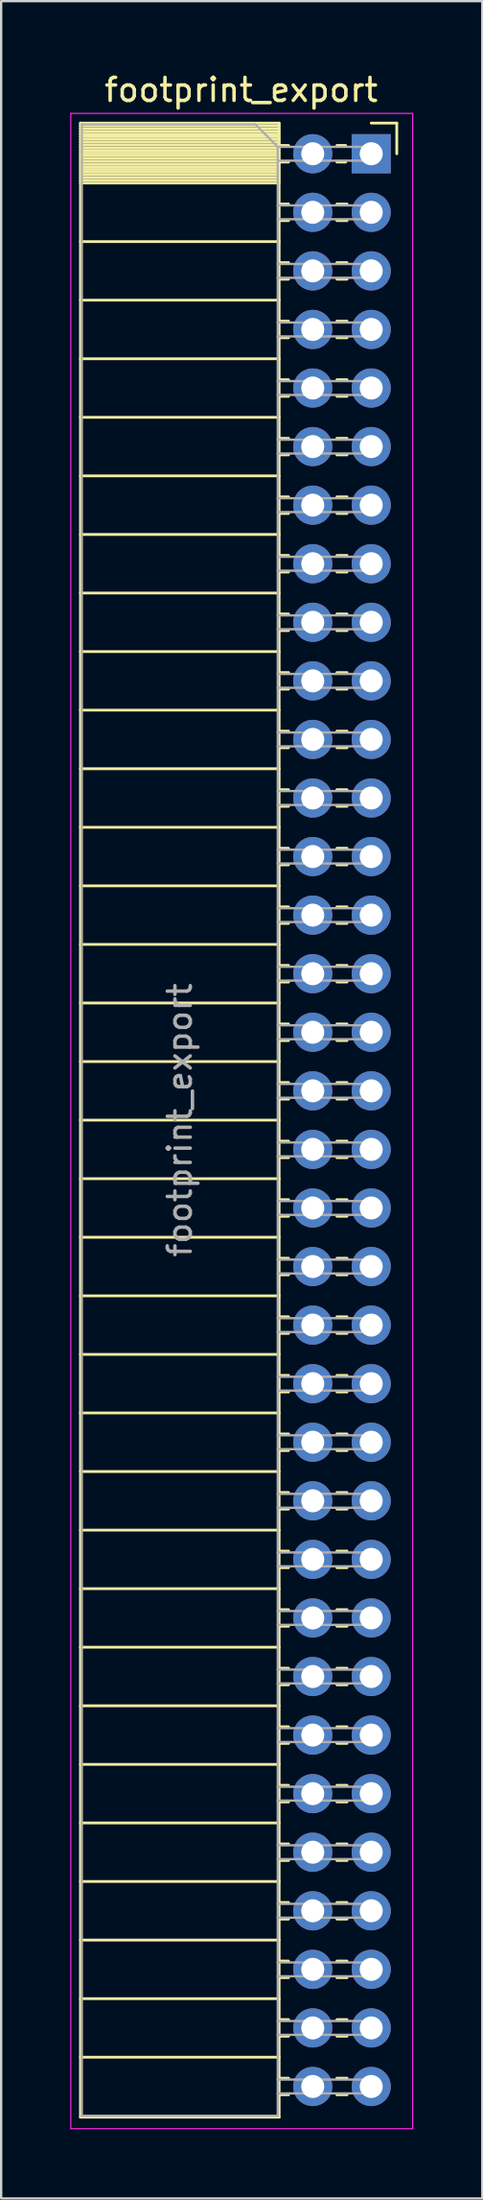
<source format=kicad_pcb>
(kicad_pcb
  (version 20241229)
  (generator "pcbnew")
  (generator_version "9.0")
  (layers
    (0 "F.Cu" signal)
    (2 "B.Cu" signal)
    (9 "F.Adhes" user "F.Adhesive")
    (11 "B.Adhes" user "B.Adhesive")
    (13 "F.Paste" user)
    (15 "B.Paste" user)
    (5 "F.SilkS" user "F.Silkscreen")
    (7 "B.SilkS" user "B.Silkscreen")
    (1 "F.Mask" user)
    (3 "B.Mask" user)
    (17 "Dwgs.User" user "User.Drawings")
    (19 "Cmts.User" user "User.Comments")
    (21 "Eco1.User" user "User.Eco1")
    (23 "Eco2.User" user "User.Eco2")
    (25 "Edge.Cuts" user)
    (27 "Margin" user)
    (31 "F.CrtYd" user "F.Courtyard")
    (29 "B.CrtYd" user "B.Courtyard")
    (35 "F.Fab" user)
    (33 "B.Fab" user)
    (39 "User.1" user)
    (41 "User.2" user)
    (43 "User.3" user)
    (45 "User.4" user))
  (footprint "footprint_export"
    (layer "F.Cu")
    (at 13.075 3.618)
    (property "Reference" "footprint_export" (at -5.65 -2.77 0) (layer "F.SilkS") (effects (font (size 1 1) (thickness 0.15))))
    (attr through_hole)
    (fp_line (start -12.63 -1.33) (end -12.63 85.15) (stroke (width 0.12) (type solid)) (layer "F.SilkS"))
    (fp_line (start -12.63 -1.33) (end -4 -1.33) (stroke (width 0.12) (type solid)) (layer "F.SilkS"))
    (fp_line (start -12.63 -1.21) (end -4 -1.21) (stroke (width 0.12) (type solid)) (layer "F.SilkS"))
    (fp_line (start -12.63 -1.092) (end -4 -1.092) (stroke (width 0.12) (type solid)) (layer "F.SilkS"))
    (fp_line (start -12.63 -0.974) (end -4 -0.974) (stroke (width 0.12) (type solid)) (layer "F.SilkS"))
    (fp_line (start -12.63 -0.856) (end -4 -0.856) (stroke (width 0.12) (type solid)) (layer "F.SilkS"))
    (fp_line (start -12.63 -0.738) (end -4 -0.738) (stroke (width 0.12) (type solid)) (layer "F.SilkS"))
    (fp_line (start -12.63 -0.62) (end -4 -0.62) (stroke (width 0.12) (type solid)) (layer "F.SilkS"))
    (fp_line (start -12.63 -0.501) (end -4 -0.501) (stroke (width 0.12) (type solid)) (layer "F.SilkS"))
    (fp_line (start -12.63 -0.383) (end -4 -0.383) (stroke (width 0.12) (type solid)) (layer "F.SilkS"))
    (fp_line (start -12.63 -0.265) (end -4 -0.265) (stroke (width 0.12) (type solid)) (layer "F.SilkS"))
    (fp_line (start -12.63 -0.147) (end -4 -0.147) (stroke (width 0.12) (type solid)) (layer "F.SilkS"))
    (fp_line (start -12.63 -0.029) (end -4 -0.029) (stroke (width 0.12) (type solid)) (layer "F.SilkS"))
    (fp_line (start -12.63 0.089) (end -4 0.089) (stroke (width 0.12) (type solid)) (layer "F.SilkS"))
    (fp_line (start -12.63 0.207) (end -4 0.207) (stroke (width 0.12) (type solid)) (layer "F.SilkS"))
    (fp_line (start -12.63 0.325) (end -4 0.325) (stroke (width 0.12) (type solid)) (layer "F.SilkS"))
    (fp_line (start -12.63 0.443) (end -4 0.443) (stroke (width 0.12) (type solid)) (layer "F.SilkS"))
    (fp_line (start -12.63 0.561) (end -4 0.561) (stroke (width 0.12) (type solid)) (layer "F.SilkS"))
    (fp_line (start -12.63 0.68) (end -4 0.68) (stroke (width 0.12) (type solid)) (layer "F.SilkS"))
    (fp_line (start -12.63 0.798) (end -4 0.798) (stroke (width 0.12) (type solid)) (layer "F.SilkS"))
    (fp_line (start -12.63 0.916) (end -4 0.916) (stroke (width 0.12) (type solid)) (layer "F.SilkS"))
    (fp_line (start -12.63 1.034) (end -4 1.034) (stroke (width 0.12) (type solid)) (layer "F.SilkS"))
    (fp_line (start -12.63 1.152) (end -4 1.152) (stroke (width 0.12) (type solid)) (layer "F.SilkS"))
    (fp_line (start -12.63 1.27) (end -4 1.27) (stroke (width 0.12) (type solid)) (layer "F.SilkS"))
    (fp_line (start -12.63 3.81) (end -4 3.81) (stroke (width 0.12) (type solid)) (layer "F.SilkS"))
    (fp_line (start -12.63 6.35) (end -4 6.35) (stroke (width 0.12) (type solid)) (layer "F.SilkS"))
    (fp_line (start -12.63 8.89) (end -4 8.89) (stroke (width 0.12) (type solid)) (layer "F.SilkS"))
    (fp_line (start -12.63 11.43) (end -4 11.43) (stroke (width 0.12) (type solid)) (layer "F.SilkS"))
    (fp_line (start -12.63 13.97) (end -4 13.97) (stroke (width 0.12) (type solid)) (layer "F.SilkS"))
    (fp_line (start -12.63 16.51) (end -4 16.51) (stroke (width 0.12) (type solid)) (layer "F.SilkS"))
    (fp_line (start -12.63 19.05) (end -4 19.05) (stroke (width 0.12) (type solid)) (layer "F.SilkS"))
    (fp_line (start -12.63 21.59) (end -4 21.59) (stroke (width 0.12) (type solid)) (layer "F.SilkS"))
    (fp_line (start -12.63 24.13) (end -4 24.13) (stroke (width 0.12) (type solid)) (layer "F.SilkS"))
    (fp_line (start -12.63 26.67) (end -4 26.67) (stroke (width 0.12) (type solid)) (layer "F.SilkS"))
    (fp_line (start -12.63 29.21) (end -4 29.21) (stroke (width 0.12) (type solid)) (layer "F.SilkS"))
    (fp_line (start -12.63 31.75) (end -4 31.75) (stroke (width 0.12) (type solid)) (layer "F.SilkS"))
    (fp_line (start -12.63 34.29) (end -4 34.29) (stroke (width 0.12) (type solid)) (layer "F.SilkS"))
    (fp_line (start -12.63 36.83) (end -4 36.83) (stroke (width 0.12) (type solid)) (layer "F.SilkS"))
    (fp_line (start -12.63 39.37) (end -4 39.37) (stroke (width 0.12) (type solid)) (layer "F.SilkS"))
    (fp_line (start -12.63 41.91) (end -4 41.91) (stroke (width 0.12) (type solid)) (layer "F.SilkS"))
    (fp_line (start -12.63 44.45) (end -4 44.45) (stroke (width 0.12) (type solid)) (layer "F.SilkS"))
    (fp_line (start -12.63 46.99) (end -4 46.99) (stroke (width 0.12) (type solid)) (layer "F.SilkS"))
    (fp_line (start -12.63 49.53) (end -4 49.53) (stroke (width 0.12) (type solid)) (layer "F.SilkS"))
    (fp_line (start -12.63 52.07) (end -4 52.07) (stroke (width 0.12) (type solid)) (layer "F.SilkS"))
    (fp_line (start -12.63 54.61) (end -4 54.61) (stroke (width 0.12) (type solid)) (layer "F.SilkS"))
    (fp_line (start -12.63 57.15) (end -4 57.15) (stroke (width 0.12) (type solid)) (layer "F.SilkS"))
    (fp_line (start -12.63 59.69) (end -4 59.69) (stroke (width 0.12) (type solid)) (layer "F.SilkS"))
    (fp_line (start -12.63 62.23) (end -4 62.23) (stroke (width 0.12) (type solid)) (layer "F.SilkS"))
    (fp_line (start -12.63 64.77) (end -4 64.77) (stroke (width 0.12) (type solid)) (layer "F.SilkS"))
    (fp_line (start -12.63 67.31) (end -4 67.31) (stroke (width 0.12) (type solid)) (layer "F.SilkS"))
    (fp_line (start -12.63 69.85) (end -4 69.85) (stroke (width 0.12) (type solid)) (layer "F.SilkS"))
    (fp_line (start -12.63 72.39) (end -4 72.39) (stroke (width 0.12) (type solid)) (layer "F.SilkS"))
    (fp_line (start -12.63 74.93) (end -4 74.93) (stroke (width 0.12) (type solid)) (layer "F.SilkS"))
    (fp_line (start -12.63 77.47) (end -4 77.47) (stroke (width 0.12) (type solid)) (layer "F.SilkS"))
    (fp_line (start -12.63 80.01) (end -4 80.01) (stroke (width 0.12) (type solid)) (layer "F.SilkS"))
    (fp_line (start -12.63 82.55) (end -4 82.55) (stroke (width 0.12) (type solid)) (layer "F.SilkS"))
    (fp_line (start -12.63 85.15) (end -4 85.15) (stroke (width 0.12) (type solid)) (layer "F.SilkS"))
    (fp_line (start -4 -1.33) (end -4 85.15) (stroke (width 0.12) (type solid)) (layer "F.SilkS"))
    (fp_line (start -4 -0.36) (end -3.59 -0.36) (stroke (width 0.12) (type solid)) (layer "F.SilkS"))
    (fp_line (start -4 0.36) (end -3.59 0.36) (stroke (width 0.12) (type solid)) (layer "F.SilkS"))
    (fp_line (start -4 2.18) (end -3.59 2.18) (stroke (width 0.12) (type solid)) (layer "F.SilkS"))
    (fp_line (start -4 2.9) (end -3.59 2.9) (stroke (width 0.12) (type solid)) (layer "F.SilkS"))
    (fp_line (start -4 4.72) (end -3.59 4.72) (stroke (width 0.12) (type solid)) (layer "F.SilkS"))
    (fp_line (start -4 5.44) (end -3.59 5.44) (stroke (width 0.12) (type solid)) (layer "F.SilkS"))
    (fp_line (start -4 7.26) (end -3.59 7.26) (stroke (width 0.12) (type solid)) (layer "F.SilkS"))
    (fp_line (start -4 7.98) (end -3.59 7.98) (stroke (width 0.12) (type solid)) (layer "F.SilkS"))
    (fp_line (start -4 9.8) (end -3.59 9.8) (stroke (width 0.12) (type solid)) (layer "F.SilkS"))
    (fp_line (start -4 10.52) (end -3.59 10.52) (stroke (width 0.12) (type solid)) (layer "F.SilkS"))
    (fp_line (start -4 12.34) (end -3.59 12.34) (stroke (width 0.12) (type solid)) (layer "F.SilkS"))
    (fp_line (start -4 13.06) (end -3.59 13.06) (stroke (width 0.12) (type solid)) (layer "F.SilkS"))
    (fp_line (start -4 14.88) (end -3.59 14.88) (stroke (width 0.12) (type solid)) (layer "F.SilkS"))
    (fp_line (start -4 15.6) (end -3.59 15.6) (stroke (width 0.12) (type solid)) (layer "F.SilkS"))
    (fp_line (start -4 17.42) (end -3.59 17.42) (stroke (width 0.12) (type solid)) (layer "F.SilkS"))
    (fp_line (start -4 18.14) (end -3.59 18.14) (stroke (width 0.12) (type solid)) (layer "F.SilkS"))
    (fp_line (start -4 19.96) (end -3.59 19.96) (stroke (width 0.12) (type solid)) (layer "F.SilkS"))
    (fp_line (start -4 20.68) (end -3.59 20.68) (stroke (width 0.12) (type solid)) (layer "F.SilkS"))
    (fp_line (start -4 22.5) (end -3.59 22.5) (stroke (width 0.12) (type solid)) (layer "F.SilkS"))
    (fp_line (start -4 23.22) (end -3.59 23.22) (stroke (width 0.12) (type solid)) (layer "F.SilkS"))
    (fp_line (start -4 25.04) (end -3.59 25.04) (stroke (width 0.12) (type solid)) (layer "F.SilkS"))
    (fp_line (start -4 25.76) (end -3.59 25.76) (stroke (width 0.12) (type solid)) (layer "F.SilkS"))
    (fp_line (start -4 27.58) (end -3.59 27.58) (stroke (width 0.12) (type solid)) (layer "F.SilkS"))
    (fp_line (start -4 28.3) (end -3.59 28.3) (stroke (width 0.12) (type solid)) (layer "F.SilkS"))
    (fp_line (start -4 30.12) (end -3.59 30.12) (stroke (width 0.12) (type solid)) (layer "F.SilkS"))
    (fp_line (start -4 30.84) (end -3.59 30.84) (stroke (width 0.12) (type solid)) (layer "F.SilkS"))
    (fp_line (start -4 32.66) (end -3.59 32.66) (stroke (width 0.12) (type solid)) (layer "F.SilkS"))
    (fp_line (start -4 33.38) (end -3.59 33.38) (stroke (width 0.12) (type solid)) (layer "F.SilkS"))
    (fp_line (start -4 35.2) (end -3.59 35.2) (stroke (width 0.12) (type solid)) (layer "F.SilkS"))
    (fp_line (start -4 35.92) (end -3.59 35.92) (stroke (width 0.12) (type solid)) (layer "F.SilkS"))
    (fp_line (start -4 37.74) (end -3.59 37.74) (stroke (width 0.12) (type solid)) (layer "F.SilkS"))
    (fp_line (start -4 38.46) (end -3.59 38.46) (stroke (width 0.12) (type solid)) (layer "F.SilkS"))
    (fp_line (start -4 40.28) (end -3.59 40.28) (stroke (width 0.12) (type solid)) (layer "F.SilkS"))
    (fp_line (start -4 41) (end -3.59 41) (stroke (width 0.12) (type solid)) (layer "F.SilkS"))
    (fp_line (start -4 42.82) (end -3.59 42.82) (stroke (width 0.12) (type solid)) (layer "F.SilkS"))
    (fp_line (start -4 43.54) (end -3.59 43.54) (stroke (width 0.12) (type solid)) (layer "F.SilkS"))
    (fp_line (start -4 45.36) (end -3.59 45.36) (stroke (width 0.12) (type solid)) (layer "F.SilkS"))
    (fp_line (start -4 46.08) (end -3.59 46.08) (stroke (width 0.12) (type solid)) (layer "F.SilkS"))
    (fp_line (start -4 47.9) (end -3.59 47.9) (stroke (width 0.12) (type solid)) (layer "F.SilkS"))
    (fp_line (start -4 48.62) (end -3.59 48.62) (stroke (width 0.12) (type solid)) (layer "F.SilkS"))
    (fp_line (start -4 50.44) (end -3.59 50.44) (stroke (width 0.12) (type solid)) (layer "F.SilkS"))
    (fp_line (start -4 51.16) (end -3.59 51.16) (stroke (width 0.12) (type solid)) (layer "F.SilkS"))
    (fp_line (start -4 52.98) (end -3.59 52.98) (stroke (width 0.12) (type solid)) (layer "F.SilkS"))
    (fp_line (start -4 53.7) (end -3.59 53.7) (stroke (width 0.12) (type solid)) (layer "F.SilkS"))
    (fp_line (start -4 55.52) (end -3.59 55.52) (stroke (width 0.12) (type solid)) (layer "F.SilkS"))
    (fp_line (start -4 56.24) (end -3.59 56.24) (stroke (width 0.12) (type solid)) (layer "F.SilkS"))
    (fp_line (start -4 58.06) (end -3.59 58.06) (stroke (width 0.12) (type solid)) (layer "F.SilkS"))
    (fp_line (start -4 58.78) (end -3.59 58.78) (stroke (width 0.12) (type solid)) (layer "F.SilkS"))
    (fp_line (start -4 60.6) (end -3.59 60.6) (stroke (width 0.12) (type solid)) (layer "F.SilkS"))
    (fp_line (start -4 61.32) (end -3.59 61.32) (stroke (width 0.12) (type solid)) (layer "F.SilkS"))
    (fp_line (start -4 63.14) (end -3.59 63.14) (stroke (width 0.12) (type solid)) (layer "F.SilkS"))
    (fp_line (start -4 63.86) (end -3.59 63.86) (stroke (width 0.12) (type solid)) (layer "F.SilkS"))
    (fp_line (start -4 65.68) (end -3.59 65.68) (stroke (width 0.12) (type solid)) (layer "F.SilkS"))
    (fp_line (start -4 66.4) (end -3.59 66.4) (stroke (width 0.12) (type solid)) (layer "F.SilkS"))
    (fp_line (start -4 68.22) (end -3.59 68.22) (stroke (width 0.12) (type solid)) (layer "F.SilkS"))
    (fp_line (start -4 68.94) (end -3.59 68.94) (stroke (width 0.12) (type solid)) (layer "F.SilkS"))
    (fp_line (start -4 70.76) (end -3.59 70.76) (stroke (width 0.12) (type solid)) (layer "F.SilkS"))
    (fp_line (start -4 71.48) (end -3.59 71.48) (stroke (width 0.12) (type solid)) (layer "F.SilkS"))
    (fp_line (start -4 73.3) (end -3.59 73.3) (stroke (width 0.12) (type solid)) (layer "F.SilkS"))
    (fp_line (start -4 74.02) (end -3.59 74.02) (stroke (width 0.12) (type solid)) (layer "F.SilkS"))
    (fp_line (start -4 75.84) (end -3.59 75.84) (stroke (width 0.12) (type solid)) (layer "F.SilkS"))
    (fp_line (start -4 76.56) (end -3.59 76.56) (stroke (width 0.12) (type solid)) (layer "F.SilkS"))
    (fp_line (start -4 78.38) (end -3.59 78.38) (stroke (width 0.12) (type solid)) (layer "F.SilkS"))
    (fp_line (start -4 79.1) (end -3.59 79.1) (stroke (width 0.12) (type solid)) (layer "F.SilkS"))
    (fp_line (start -4 80.92) (end -3.59 80.92) (stroke (width 0.12) (type solid)) (layer "F.SilkS"))
    (fp_line (start -4 81.64) (end -3.59 81.64) (stroke (width 0.12) (type solid)) (layer "F.SilkS"))
    (fp_line (start -4 83.46) (end -3.59 83.46) (stroke (width 0.12) (type solid)) (layer "F.SilkS"))
    (fp_line (start -4 84.18) (end -3.59 84.18) (stroke (width 0.12) (type solid)) (layer "F.SilkS"))
    (fp_line (start -1.49 -0.36) (end -1.11 -0.36) (stroke (width 0.12) (type solid)) (layer "F.SilkS"))
    (fp_line (start -1.49 0.36) (end -1.11 0.36) (stroke (width 0.12) (type solid)) (layer "F.SilkS"))
    (fp_line (start -1.49 2.18) (end -1.05 2.18) (stroke (width 0.12) (type solid)) (layer "F.SilkS"))
    (fp_line (start -1.49 2.9) (end -1.05 2.9) (stroke (width 0.12) (type solid)) (layer "F.SilkS"))
    (fp_line (start -1.49 4.72) (end -1.05 4.72) (stroke (width 0.12) (type solid)) (layer "F.SilkS"))
    (fp_line (start -1.49 5.44) (end -1.05 5.44) (stroke (width 0.12) (type solid)) (layer "F.SilkS"))
    (fp_line (start -1.49 7.26) (end -1.05 7.26) (stroke (width 0.12) (type solid)) (layer "F.SilkS"))
    (fp_line (start -1.49 7.98) (end -1.05 7.98) (stroke (width 0.12) (type solid)) (layer "F.SilkS"))
    (fp_line (start -1.49 9.8) (end -1.05 9.8) (stroke (width 0.12) (type solid)) (layer "F.SilkS"))
    (fp_line (start -1.49 10.52) (end -1.05 10.52) (stroke (width 0.12) (type solid)) (layer "F.SilkS"))
    (fp_line (start -1.49 12.34) (end -1.05 12.34) (stroke (width 0.12) (type solid)) (layer "F.SilkS"))
    (fp_line (start -1.49 13.06) (end -1.05 13.06) (stroke (width 0.12) (type solid)) (layer "F.SilkS"))
    (fp_line (start -1.49 14.88) (end -1.05 14.88) (stroke (width 0.12) (type solid)) (layer "F.SilkS"))
    (fp_line (start -1.49 15.6) (end -1.05 15.6) (stroke (width 0.12) (type solid)) (layer "F.SilkS"))
    (fp_line (start -1.49 17.42) (end -1.05 17.42) (stroke (width 0.12) (type solid)) (layer "F.SilkS"))
    (fp_line (start -1.49 18.14) (end -1.05 18.14) (stroke (width 0.12) (type solid)) (layer "F.SilkS"))
    (fp_line (start -1.49 19.96) (end -1.05 19.96) (stroke (width 0.12) (type solid)) (layer "F.SilkS"))
    (fp_line (start -1.49 20.68) (end -1.05 20.68) (stroke (width 0.12) (type solid)) (layer "F.SilkS"))
    (fp_line (start -1.49 22.5) (end -1.05 22.5) (stroke (width 0.12) (type solid)) (layer "F.SilkS"))
    (fp_line (start -1.49 23.22) (end -1.05 23.22) (stroke (width 0.12) (type solid)) (layer "F.SilkS"))
    (fp_line (start -1.49 25.04) (end -1.05 25.04) (stroke (width 0.12) (type solid)) (layer "F.SilkS"))
    (fp_line (start -1.49 25.76) (end -1.05 25.76) (stroke (width 0.12) (type solid)) (layer "F.SilkS"))
    (fp_line (start -1.49 27.58) (end -1.05 27.58) (stroke (width 0.12) (type solid)) (layer "F.SilkS"))
    (fp_line (start -1.49 28.3) (end -1.05 28.3) (stroke (width 0.12) (type solid)) (layer "F.SilkS"))
    (fp_line (start -1.49 30.12) (end -1.05 30.12) (stroke (width 0.12) (type solid)) (layer "F.SilkS"))
    (fp_line (start -1.49 30.84) (end -1.05 30.84) (stroke (width 0.12) (type solid)) (layer "F.SilkS"))
    (fp_line (start -1.49 32.66) (end -1.05 32.66) (stroke (width 0.12) (type solid)) (layer "F.SilkS"))
    (fp_line (start -1.49 33.38) (end -1.05 33.38) (stroke (width 0.12) (type solid)) (layer "F.SilkS"))
    (fp_line (start -1.49 35.2) (end -1.05 35.2) (stroke (width 0.12) (type solid)) (layer "F.SilkS"))
    (fp_line (start -1.49 35.92) (end -1.05 35.92) (stroke (width 0.12) (type solid)) (layer "F.SilkS"))
    (fp_line (start -1.49 37.74) (end -1.05 37.74) (stroke (width 0.12) (type solid)) (layer "F.SilkS"))
    (fp_line (start -1.49 38.46) (end -1.05 38.46) (stroke (width 0.12) (type solid)) (layer "F.SilkS"))
    (fp_line (start -1.49 40.28) (end -1.05 40.28) (stroke (width 0.12) (type solid)) (layer "F.SilkS"))
    (fp_line (start -1.49 41) (end -1.05 41) (stroke (width 0.12) (type solid)) (layer "F.SilkS"))
    (fp_line (start -1.49 42.82) (end -1.05 42.82) (stroke (width 0.12) (type solid)) (layer "F.SilkS"))
    (fp_line (start -1.49 43.54) (end -1.05 43.54) (stroke (width 0.12) (type solid)) (layer "F.SilkS"))
    (fp_line (start -1.49 45.36) (end -1.05 45.36) (stroke (width 0.12) (type solid)) (layer "F.SilkS"))
    (fp_line (start -1.49 46.08) (end -1.05 46.08) (stroke (width 0.12) (type solid)) (layer "F.SilkS"))
    (fp_line (start -1.49 47.9) (end -1.05 47.9) (stroke (width 0.12) (type solid)) (layer "F.SilkS"))
    (fp_line (start -1.49 48.62) (end -1.05 48.62) (stroke (width 0.12) (type solid)) (layer "F.SilkS"))
    (fp_line (start -1.49 50.44) (end -1.05 50.44) (stroke (width 0.12) (type solid)) (layer "F.SilkS"))
    (fp_line (start -1.49 51.16) (end -1.05 51.16) (stroke (width 0.12) (type solid)) (layer "F.SilkS"))
    (fp_line (start -1.49 52.98) (end -1.05 52.98) (stroke (width 0.12) (type solid)) (layer "F.SilkS"))
    (fp_line (start -1.49 53.7) (end -1.05 53.7) (stroke (width 0.12) (type solid)) (layer "F.SilkS"))
    (fp_line (start -1.49 55.52) (end -1.05 55.52) (stroke (width 0.12) (type solid)) (layer "F.SilkS"))
    (fp_line (start -1.49 56.24) (end -1.05 56.24) (stroke (width 0.12) (type solid)) (layer "F.SilkS"))
    (fp_line (start -1.49 58.06) (end -1.05 58.06) (stroke (width 0.12) (type solid)) (layer "F.SilkS"))
    (fp_line (start -1.49 58.78) (end -1.05 58.78) (stroke (width 0.12) (type solid)) (layer "F.SilkS"))
    (fp_line (start -1.49 60.6) (end -1.05 60.6) (stroke (width 0.12) (type solid)) (layer "F.SilkS"))
    (fp_line (start -1.49 61.32) (end -1.05 61.32) (stroke (width 0.12) (type solid)) (layer "F.SilkS"))
    (fp_line (start -1.49 63.14) (end -1.05 63.14) (stroke (width 0.12) (type solid)) (layer "F.SilkS"))
    (fp_line (start -1.49 63.86) (end -1.05 63.86) (stroke (width 0.12) (type solid)) (layer "F.SilkS"))
    (fp_line (start -1.49 65.68) (end -1.05 65.68) (stroke (width 0.12) (type solid)) (layer "F.SilkS"))
    (fp_line (start -1.49 66.4) (end -1.05 66.4) (stroke (width 0.12) (type solid)) (layer "F.SilkS"))
    (fp_line (start -1.49 68.22) (end -1.05 68.22) (stroke (width 0.12) (type solid)) (layer "F.SilkS"))
    (fp_line (start -1.49 68.94) (end -1.05 68.94) (stroke (width 0.12) (type solid)) (layer "F.SilkS"))
    (fp_line (start -1.49 70.76) (end -1.05 70.76) (stroke (width 0.12) (type solid)) (layer "F.SilkS"))
    (fp_line (start -1.49 71.48) (end -1.05 71.48) (stroke (width 0.12) (type solid)) (layer "F.SilkS"))
    (fp_line (start -1.49 73.3) (end -1.05 73.3) (stroke (width 0.12) (type solid)) (layer "F.SilkS"))
    (fp_line (start -1.49 74.02) (end -1.05 74.02) (stroke (width 0.12) (type solid)) (layer "F.SilkS"))
    (fp_line (start -1.49 75.84) (end -1.05 75.84) (stroke (width 0.12) (type solid)) (layer "F.SilkS"))
    (fp_line (start -1.49 76.56) (end -1.05 76.56) (stroke (width 0.12) (type solid)) (layer "F.SilkS"))
    (fp_line (start -1.49 78.38) (end -1.05 78.38) (stroke (width 0.12) (type solid)) (layer "F.SilkS"))
    (fp_line (start -1.49 79.1) (end -1.05 79.1) (stroke (width 0.12) (type solid)) (layer "F.SilkS"))
    (fp_line (start -1.49 80.92) (end -1.05 80.92) (stroke (width 0.12) (type solid)) (layer "F.SilkS"))
    (fp_line (start -1.49 81.64) (end -1.05 81.64) (stroke (width 0.12) (type solid)) (layer "F.SilkS"))
    (fp_line (start -1.49 83.46) (end -1.05 83.46) (stroke (width 0.12) (type solid)) (layer "F.SilkS"))
    (fp_line (start -1.49 84.18) (end -1.05 84.18) (stroke (width 0.12) (type solid)) (layer "F.SilkS"))
    (fp_line (start 0 -1.33) (end 1.11 -1.33) (stroke (width 0.12) (type solid)) (layer "F.SilkS"))
    (fp_line (start 1.11 -1.33) (end 1.11 0) (stroke (width 0.12) (type solid)) (layer "F.SilkS"))
    (fp_line (start -13.05 -1.75) (end -13.05 85.65) (stroke (width 0.05) (type solid)) (layer "F.CrtYd"))
    (fp_line (start -13.05 85.65) (end 1.8 85.65) (stroke (width 0.05) (type solid)) (layer "F.CrtYd"))
    (fp_line (start 1.8 -1.75) (end -13.05 -1.75) (stroke (width 0.05) (type solid)) (layer "F.CrtYd"))
    (fp_line (start 1.8 85.65) (end 1.8 -1.75) (stroke (width 0.05) (type solid)) (layer "F.CrtYd"))
    (fp_line (start -12.57 -1.27) (end -5.03 -1.27) (stroke (width 0.1) (type solid)) (layer "F.Fab"))
    (fp_line (start -12.57 85.09) (end -12.57 -1.27) (stroke (width 0.1) (type solid)) (layer "F.Fab"))
    (fp_line (start -5.03 -1.27) (end -4.06 -0.3) (stroke (width 0.1) (type solid)) (layer "F.Fab"))
    (fp_line (start -4.06 -0.3) (end -4.06 85.09) (stroke (width 0.1) (type solid)) (layer "F.Fab"))
    (fp_line (start -4.06 0.3) (end 0 0.3) (stroke (width 0.1) (type solid)) (layer "F.Fab"))
    (fp_line (start -4.06 2.84) (end 0 2.84) (stroke (width 0.1) (type solid)) (layer "F.Fab"))
    (fp_line (start -4.06 5.38) (end 0 5.38) (stroke (width 0.1) (type solid)) (layer "F.Fab"))
    (fp_line (start -4.06 7.92) (end 0 7.92) (stroke (width 0.1) (type solid)) (layer "F.Fab"))
    (fp_line (start -4.06 10.46) (end 0 10.46) (stroke (width 0.1) (type solid)) (layer "F.Fab"))
    (fp_line (start -4.06 13) (end 0 13) (stroke (width 0.1) (type solid)) (layer "F.Fab"))
    (fp_line (start -4.06 15.54) (end 0 15.54) (stroke (width 0.1) (type solid)) (layer "F.Fab"))
    (fp_line (start -4.06 18.08) (end 0 18.08) (stroke (width 0.1) (type solid)) (layer "F.Fab"))
    (fp_line (start -4.06 20.62) (end 0 20.62) (stroke (width 0.1) (type solid)) (layer "F.Fab"))
    (fp_line (start -4.06 23.16) (end 0 23.16) (stroke (width 0.1) (type solid)) (layer "F.Fab"))
    (fp_line (start -4.06 25.7) (end 0 25.7) (stroke (width 0.1) (type solid)) (layer "F.Fab"))
    (fp_line (start -4.06 28.24) (end 0 28.24) (stroke (width 0.1) (type solid)) (layer "F.Fab"))
    (fp_line (start -4.06 30.78) (end 0 30.78) (stroke (width 0.1) (type solid)) (layer "F.Fab"))
    (fp_line (start -4.06 33.32) (end 0 33.32) (stroke (width 0.1) (type solid)) (layer "F.Fab"))
    (fp_line (start -4.06 35.86) (end 0 35.86) (stroke (width 0.1) (type solid)) (layer "F.Fab"))
    (fp_line (start -4.06 38.4) (end 0 38.4) (stroke (width 0.1) (type solid)) (layer "F.Fab"))
    (fp_line (start -4.06 40.94) (end 0 40.94) (stroke (width 0.1) (type solid)) (layer "F.Fab"))
    (fp_line (start -4.06 43.48) (end 0 43.48) (stroke (width 0.1) (type solid)) (layer "F.Fab"))
    (fp_line (start -4.06 46.02) (end 0 46.02) (stroke (width 0.1) (type solid)) (layer "F.Fab"))
    (fp_line (start -4.06 48.56) (end 0 48.56) (stroke (width 0.1) (type solid)) (layer "F.Fab"))
    (fp_line (start -4.06 51.1) (end 0 51.1) (stroke (width 0.1) (type solid)) (layer "F.Fab"))
    (fp_line (start -4.06 53.64) (end 0 53.64) (stroke (width 0.1) (type solid)) (layer "F.Fab"))
    (fp_line (start -4.06 56.18) (end 0 56.18) (stroke (width 0.1) (type solid)) (layer "F.Fab"))
    (fp_line (start -4.06 58.72) (end 0 58.72) (stroke (width 0.1) (type solid)) (layer "F.Fab"))
    (fp_line (start -4.06 61.26) (end 0 61.26) (stroke (width 0.1) (type solid)) (layer "F.Fab"))
    (fp_line (start -4.06 63.8) (end 0 63.8) (stroke (width 0.1) (type solid)) (layer "F.Fab"))
    (fp_line (start -4.06 66.34) (end 0 66.34) (stroke (width 0.1) (type solid)) (layer "F.Fab"))
    (fp_line (start -4.06 68.88) (end 0 68.88) (stroke (width 0.1) (type solid)) (layer "F.Fab"))
    (fp_line (start -4.06 71.42) (end 0 71.42) (stroke (width 0.1) (type solid)) (layer "F.Fab"))
    (fp_line (start -4.06 73.96) (end 0 73.96) (stroke (width 0.1) (type solid)) (layer "F.Fab"))
    (fp_line (start -4.06 76.5) (end 0 76.5) (stroke (width 0.1) (type solid)) (layer "F.Fab"))
    (fp_line (start -4.06 79.04) (end 0 79.04) (stroke (width 0.1) (type solid)) (layer "F.Fab"))
    (fp_line (start -4.06 81.58) (end 0 81.58) (stroke (width 0.1) (type solid)) (layer "F.Fab"))
    (fp_line (start -4.06 84.12) (end 0 84.12) (stroke (width 0.1) (type solid)) (layer "F.Fab"))
    (fp_line (start -4.06 85.09) (end -12.57 85.09) (stroke (width 0.1) (type solid)) (layer "F.Fab"))
    (fp_line (start 0 -0.3) (end -4.06 -0.3) (stroke (width 0.1) (type solid)) (layer "F.Fab"))
    (fp_line (start 0 0.3) (end 0 -0.3) (stroke (width 0.1) (type solid)) (layer "F.Fab"))
    (fp_line (start 0 2.24) (end -4.06 2.24) (stroke (width 0.1) (type solid)) (layer "F.Fab"))
    (fp_line (start 0 2.84) (end 0 2.24) (stroke (width 0.1) (type solid)) (layer "F.Fab"))
    (fp_line (start 0 4.78) (end -4.06 4.78) (stroke (width 0.1) (type solid)) (layer "F.Fab"))
    (fp_line (start 0 5.38) (end 0 4.78) (stroke (width 0.1) (type solid)) (layer "F.Fab"))
    (fp_line (start 0 7.32) (end -4.06 7.32) (stroke (width 0.1) (type solid)) (layer "F.Fab"))
    (fp_line (start 0 7.92) (end 0 7.32) (stroke (width 0.1) (type solid)) (layer "F.Fab"))
    (fp_line (start 0 9.86) (end -4.06 9.86) (stroke (width 0.1) (type solid)) (layer "F.Fab"))
    (fp_line (start 0 10.46) (end 0 9.86) (stroke (width 0.1) (type solid)) (layer "F.Fab"))
    (fp_line (start 0 12.4) (end -4.06 12.4) (stroke (width 0.1) (type solid)) (layer "F.Fab"))
    (fp_line (start 0 13) (end 0 12.4) (stroke (width 0.1) (type solid)) (layer "F.Fab"))
    (fp_line (start 0 14.94) (end -4.06 14.94) (stroke (width 0.1) (type solid)) (layer "F.Fab"))
    (fp_line (start 0 15.54) (end 0 14.94) (stroke (width 0.1) (type solid)) (layer "F.Fab"))
    (fp_line (start 0 17.48) (end -4.06 17.48) (stroke (width 0.1) (type solid)) (layer "F.Fab"))
    (fp_line (start 0 18.08) (end 0 17.48) (stroke (width 0.1) (type solid)) (layer "F.Fab"))
    (fp_line (start 0 20.02) (end -4.06 20.02) (stroke (width 0.1) (type solid)) (layer "F.Fab"))
    (fp_line (start 0 20.62) (end 0 20.02) (stroke (width 0.1) (type solid)) (layer "F.Fab"))
    (fp_line (start 0 22.56) (end -4.06 22.56) (stroke (width 0.1) (type solid)) (layer "F.Fab"))
    (fp_line (start 0 23.16) (end 0 22.56) (stroke (width 0.1) (type solid)) (layer "F.Fab"))
    (fp_line (start 0 25.1) (end -4.06 25.1) (stroke (width 0.1) (type solid)) (layer "F.Fab"))
    (fp_line (start 0 25.7) (end 0 25.1) (stroke (width 0.1) (type solid)) (layer "F.Fab"))
    (fp_line (start 0 27.64) (end -4.06 27.64) (stroke (width 0.1) (type solid)) (layer "F.Fab"))
    (fp_line (start 0 28.24) (end 0 27.64) (stroke (width 0.1) (type solid)) (layer "F.Fab"))
    (fp_line (start 0 30.18) (end -4.06 30.18) (stroke (width 0.1) (type solid)) (layer "F.Fab"))
    (fp_line (start 0 30.78) (end 0 30.18) (stroke (width 0.1) (type solid)) (layer "F.Fab"))
    (fp_line (start 0 32.72) (end -4.06 32.72) (stroke (width 0.1) (type solid)) (layer "F.Fab"))
    (fp_line (start 0 33.32) (end 0 32.72) (stroke (width 0.1) (type solid)) (layer "F.Fab"))
    (fp_line (start 0 35.26) (end -4.06 35.26) (stroke (width 0.1) (type solid)) (layer "F.Fab"))
    (fp_line (start 0 35.86) (end 0 35.26) (stroke (width 0.1) (type solid)) (layer "F.Fab"))
    (fp_line (start 0 37.8) (end -4.06 37.8) (stroke (width 0.1) (type solid)) (layer "F.Fab"))
    (fp_line (start 0 38.4) (end 0 37.8) (stroke (width 0.1) (type solid)) (layer "F.Fab"))
    (fp_line (start 0 40.34) (end -4.06 40.34) (stroke (width 0.1) (type solid)) (layer "F.Fab"))
    (fp_line (start 0 40.94) (end 0 40.34) (stroke (width 0.1) (type solid)) (layer "F.Fab"))
    (fp_line (start 0 42.88) (end -4.06 42.88) (stroke (width 0.1) (type solid)) (layer "F.Fab"))
    (fp_line (start 0 43.48) (end 0 42.88) (stroke (width 0.1) (type solid)) (layer "F.Fab"))
    (fp_line (start 0 45.42) (end -4.06 45.42) (stroke (width 0.1) (type solid)) (layer "F.Fab"))
    (fp_line (start 0 46.02) (end 0 45.42) (stroke (width 0.1) (type solid)) (layer "F.Fab"))
    (fp_line (start 0 47.96) (end -4.06 47.96) (stroke (width 0.1) (type solid)) (layer "F.Fab"))
    (fp_line (start 0 48.56) (end 0 47.96) (stroke (width 0.1) (type solid)) (layer "F.Fab"))
    (fp_line (start 0 50.5) (end -4.06 50.5) (stroke (width 0.1) (type solid)) (layer "F.Fab"))
    (fp_line (start 0 51.1) (end 0 50.5) (stroke (width 0.1) (type solid)) (layer "F.Fab"))
    (fp_line (start 0 53.04) (end -4.06 53.04) (stroke (width 0.1) (type solid)) (layer "F.Fab"))
    (fp_line (start 0 53.64) (end 0 53.04) (stroke (width 0.1) (type solid)) (layer "F.Fab"))
    (fp_line (start 0 55.58) (end -4.06 55.58) (stroke (width 0.1) (type solid)) (layer "F.Fab"))
    (fp_line (start 0 56.18) (end 0 55.58) (stroke (width 0.1) (type solid)) (layer "F.Fab"))
    (fp_line (start 0 58.12) (end -4.06 58.12) (stroke (width 0.1) (type solid)) (layer "F.Fab"))
    (fp_line (start 0 58.72) (end 0 58.12) (stroke (width 0.1) (type solid)) (layer "F.Fab"))
    (fp_line (start 0 60.66) (end -4.06 60.66) (stroke (width 0.1) (type solid)) (layer "F.Fab"))
    (fp_line (start 0 61.26) (end 0 60.66) (stroke (width 0.1) (type solid)) (layer "F.Fab"))
    (fp_line (start 0 63.2) (end -4.06 63.2) (stroke (width 0.1) (type solid)) (layer "F.Fab"))
    (fp_line (start 0 63.8) (end 0 63.2) (stroke (width 0.1) (type solid)) (layer "F.Fab"))
    (fp_line (start 0 65.74) (end -4.06 65.74) (stroke (width 0.1) (type solid)) (layer "F.Fab"))
    (fp_line (start 0 66.34) (end 0 65.74) (stroke (width 0.1) (type solid)) (layer "F.Fab"))
    (fp_line (start 0 68.28) (end -4.06 68.28) (stroke (width 0.1) (type solid)) (layer "F.Fab"))
    (fp_line (start 0 68.88) (end 0 68.28) (stroke (width 0.1) (type solid)) (layer "F.Fab"))
    (fp_line (start 0 70.82) (end -4.06 70.82) (stroke (width 0.1) (type solid)) (layer "F.Fab"))
    (fp_line (start 0 71.42) (end 0 70.82) (stroke (width 0.1) (type solid)) (layer "F.Fab"))
    (fp_line (start 0 73.36) (end -4.06 73.36) (stroke (width 0.1) (type solid)) (layer "F.Fab"))
    (fp_line (start 0 73.96) (end 0 73.36) (stroke (width 0.1) (type solid)) (layer "F.Fab"))
    (fp_line (start 0 75.9) (end -4.06 75.9) (stroke (width 0.1) (type solid)) (layer "F.Fab"))
    (fp_line (start 0 76.5) (end 0 75.9) (stroke (width 0.1) (type solid)) (layer "F.Fab"))
    (fp_line (start 0 78.44) (end -4.06 78.44) (stroke (width 0.1) (type solid)) (layer "F.Fab"))
    (fp_line (start 0 79.04) (end 0 78.44) (stroke (width 0.1) (type solid)) (layer "F.Fab"))
    (fp_line (start 0 80.98) (end -4.06 80.98) (stroke (width 0.1) (type solid)) (layer "F.Fab"))
    (fp_line (start 0 81.58) (end 0 80.98) (stroke (width 0.1) (type solid)) (layer "F.Fab"))
    (fp_line (start 0 83.52) (end -4.06 83.52) (stroke (width 0.1) (type solid)) (layer "F.Fab"))
    (fp_line (start 0 84.12) (end 0 83.52) (stroke (width 0.1) (type solid)) (layer "F.Fab"))
    (fp_text user "${REFERENCE}" (at -8.315 41.91 90) (layer "F.Fab") (effects (font (size 1 1) (thickness 0.15))))
    (pad "1" thru_hole rect (at 0 0) (size 1.7 1.7) (drill 1) (layers "*.Cu" "*.Mask"))
    (pad "2" thru_hole oval (at -2.54 0) (size 1.7 1.7) (drill 1) (layers "*.Cu" "*.Mask"))
    (pad "3" thru_hole oval (at 0 2.54) (size 1.7 1.7) (drill 1) (layers "*.Cu" "*.Mask"))
    (pad "4" thru_hole oval (at -2.54 2.54) (size 1.7 1.7) (drill 1) (layers "*.Cu" "*.Mask"))
    (pad "5" thru_hole oval (at 0 5.08) (size 1.7 1.7) (drill 1) (layers "*.Cu" "*.Mask"))
    (pad "6" thru_hole oval (at -2.54 5.08) (size 1.7 1.7) (drill 1) (layers "*.Cu" "*.Mask"))
    (pad "7" thru_hole oval (at 0 7.62) (size 1.7 1.7) (drill 1) (layers "*.Cu" "*.Mask"))
    (pad "8" thru_hole oval (at -2.54 7.62) (size 1.7 1.7) (drill 1) (layers "*.Cu" "*.Mask"))
    (pad "9" thru_hole oval (at 0 10.16) (size 1.7 1.7) (drill 1) (layers "*.Cu" "*.Mask"))
    (pad "10" thru_hole oval (at -2.54 10.16) (size 1.7 1.7) (drill 1) (layers "*.Cu" "*.Mask"))
    (pad "11" thru_hole oval (at 0 12.7) (size 1.7 1.7) (drill 1) (layers "*.Cu" "*.Mask"))
    (pad "12" thru_hole oval (at -2.54 12.7) (size 1.7 1.7) (drill 1) (layers "*.Cu" "*.Mask"))
    (pad "13" thru_hole oval (at 0 15.24) (size 1.7 1.7) (drill 1) (layers "*.Cu" "*.Mask"))
    (pad "14" thru_hole oval (at -2.54 15.24) (size 1.7 1.7) (drill 1) (layers "*.Cu" "*.Mask"))
    (pad "15" thru_hole oval (at 0 17.78) (size 1.7 1.7) (drill 1) (layers "*.Cu" "*.Mask"))
    (pad "16" thru_hole oval (at -2.54 17.78) (size 1.7 1.7) (drill 1) (layers "*.Cu" "*.Mask"))
    (pad "17" thru_hole oval (at 0 20.32) (size 1.7 1.7) (drill 1) (layers "*.Cu" "*.Mask"))
    (pad "18" thru_hole oval (at -2.54 20.32) (size 1.7 1.7) (drill 1) (layers "*.Cu" "*.Mask"))
    (pad "19" thru_hole oval (at 0 22.86) (size 1.7 1.7) (drill 1) (layers "*.Cu" "*.Mask"))
    (pad "20" thru_hole oval (at -2.54 22.86) (size 1.7 1.7) (drill 1) (layers "*.Cu" "*.Mask"))
    (pad "21" thru_hole oval (at 0 25.4) (size 1.7 1.7) (drill 1) (layers "*.Cu" "*.Mask"))
    (pad "22" thru_hole oval (at -2.54 25.4) (size 1.7 1.7) (drill 1) (layers "*.Cu" "*.Mask"))
    (pad "23" thru_hole oval (at 0 27.94) (size 1.7 1.7) (drill 1) (layers "*.Cu" "*.Mask"))
    (pad "24" thru_hole oval (at -2.54 27.94) (size 1.7 1.7) (drill 1) (layers "*.Cu" "*.Mask"))
    (pad "25" thru_hole oval (at 0 30.48) (size 1.7 1.7) (drill 1) (layers "*.Cu" "*.Mask"))
    (pad "26" thru_hole oval (at -2.54 30.48) (size 1.7 1.7) (drill 1) (layers "*.Cu" "*.Mask"))
    (pad "27" thru_hole oval (at 0 33.02) (size 1.7 1.7) (drill 1) (layers "*.Cu" "*.Mask"))
    (pad "28" thru_hole oval (at -2.54 33.02) (size 1.7 1.7) (drill 1) (layers "*.Cu" "*.Mask"))
    (pad "29" thru_hole oval (at 0 35.56) (size 1.7 1.7) (drill 1) (layers "*.Cu" "*.Mask"))
    (pad "30" thru_hole oval (at -2.54 35.56) (size 1.7 1.7) (drill 1) (layers "*.Cu" "*.Mask"))
    (pad "31" thru_hole oval (at 0 38.1) (size 1.7 1.7) (drill 1) (layers "*.Cu" "*.Mask"))
    (pad "32" thru_hole oval (at -2.54 38.1) (size 1.7 1.7) (drill 1) (layers "*.Cu" "*.Mask"))
    (pad "33" thru_hole oval (at 0 40.64) (size 1.7 1.7) (drill 1) (layers "*.Cu" "*.Mask"))
    (pad "34" thru_hole oval (at -2.54 40.64) (size 1.7 1.7) (drill 1) (layers "*.Cu" "*.Mask"))
    (pad "35" thru_hole oval (at 0 43.18) (size 1.7 1.7) (drill 1) (layers "*.Cu" "*.Mask"))
    (pad "36" thru_hole oval (at -2.54 43.18) (size 1.7 1.7) (drill 1) (layers "*.Cu" "*.Mask"))
    (pad "37" thru_hole oval (at 0 45.72) (size 1.7 1.7) (drill 1) (layers "*.Cu" "*.Mask"))
    (pad "38" thru_hole oval (at -2.54 45.72) (size 1.7 1.7) (drill 1) (layers "*.Cu" "*.Mask"))
    (pad "39" thru_hole oval (at 0 48.26) (size 1.7 1.7) (drill 1) (layers "*.Cu" "*.Mask"))
    (pad "40" thru_hole oval (at -2.54 48.26) (size 1.7 1.7) (drill 1) (layers "*.Cu" "*.Mask"))
    (pad "41" thru_hole oval (at 0 50.8) (size 1.7 1.7) (drill 1) (layers "*.Cu" "*.Mask"))
    (pad "42" thru_hole oval (at -2.54 50.8) (size 1.7 1.7) (drill 1) (layers "*.Cu" "*.Mask"))
    (pad "43" thru_hole oval (at 0 53.34) (size 1.7 1.7) (drill 1) (layers "*.Cu" "*.Mask"))
    (pad "44" thru_hole oval (at -2.54 53.34) (size 1.7 1.7) (drill 1) (layers "*.Cu" "*.Mask"))
    (pad "45" thru_hole oval (at 0 55.88) (size 1.7 1.7) (drill 1) (layers "*.Cu" "*.Mask"))
    (pad "46" thru_hole oval (at -2.54 55.88) (size 1.7 1.7) (drill 1) (layers "*.Cu" "*.Mask"))
    (pad "47" thru_hole oval (at 0 58.42) (size 1.7 1.7) (drill 1) (layers "*.Cu" "*.Mask"))
    (pad "48" thru_hole oval (at -2.54 58.42) (size 1.7 1.7) (drill 1) (layers "*.Cu" "*.Mask"))
    (pad "49" thru_hole oval (at 0 60.96) (size 1.7 1.7) (drill 1) (layers "*.Cu" "*.Mask"))
    (pad "50" thru_hole oval (at -2.54 60.96) (size 1.7 1.7) (drill 1) (layers "*.Cu" "*.Mask"))
    (pad "51" thru_hole oval (at 0 63.5) (size 1.7 1.7) (drill 1) (layers "*.Cu" "*.Mask"))
    (pad "52" thru_hole oval (at -2.54 63.5) (size 1.7 1.7) (drill 1) (layers "*.Cu" "*.Mask"))
    (pad "53" thru_hole oval (at 0 66.04) (size 1.7 1.7) (drill 1) (layers "*.Cu" "*.Mask"))
    (pad "54" thru_hole oval (at -2.54 66.04) (size 1.7 1.7) (drill 1) (layers "*.Cu" "*.Mask"))
    (pad "55" thru_hole oval (at 0 68.58) (size 1.7 1.7) (drill 1) (layers "*.Cu" "*.Mask"))
    (pad "56" thru_hole oval (at -2.54 68.58) (size 1.7 1.7) (drill 1) (layers "*.Cu" "*.Mask"))
    (pad "57" thru_hole oval (at 0 71.12) (size 1.7 1.7) (drill 1) (layers "*.Cu" "*.Mask"))
    (pad "58" thru_hole oval (at -2.54 71.12) (size 1.7 1.7) (drill 1) (layers "*.Cu" "*.Mask"))
    (pad "59" thru_hole oval (at 0 73.66) (size 1.7 1.7) (drill 1) (layers "*.Cu" "*.Mask"))
    (pad "60" thru_hole oval (at -2.54 73.66) (size 1.7 1.7) (drill 1) (layers "*.Cu" "*.Mask"))
    (pad "61" thru_hole oval (at 0 76.2) (size 1.7 1.7) (drill 1) (layers "*.Cu" "*.Mask"))
    (pad "62" thru_hole oval (at -2.54 76.2) (size 1.7 1.7) (drill 1) (layers "*.Cu" "*.Mask"))
    (pad "63" thru_hole oval (at 0 78.74) (size 1.7 1.7) (drill 1) (layers "*.Cu" "*.Mask"))
    (pad "64" thru_hole oval (at -2.54 78.74) (size 1.7 1.7) (drill 1) (layers "*.Cu" "*.Mask"))
    (pad "65" thru_hole oval (at 0 81.28) (size 1.7 1.7) (drill 1) (layers "*.Cu" "*.Mask"))
    (pad "66" thru_hole oval (at -2.54 81.28) (size 1.7 1.7) (drill 1) (layers "*.Cu" "*.Mask"))
    (pad "67" thru_hole oval (at 0 83.82) (size 1.7 1.7) (drill 1) (layers "*.Cu" "*.Mask"))
    (pad "68" thru_hole oval (at -2.54 83.82) (size 1.7 1.7) (drill 1) (layers "*.Cu" "*.Mask")))
  (gr_rect
    (start -3 -3)
    (end 17.9 92.293)
    (stroke (width 0.1) (type default))
    (fill no)
    (layer "Edge.Cuts")))
</source>
